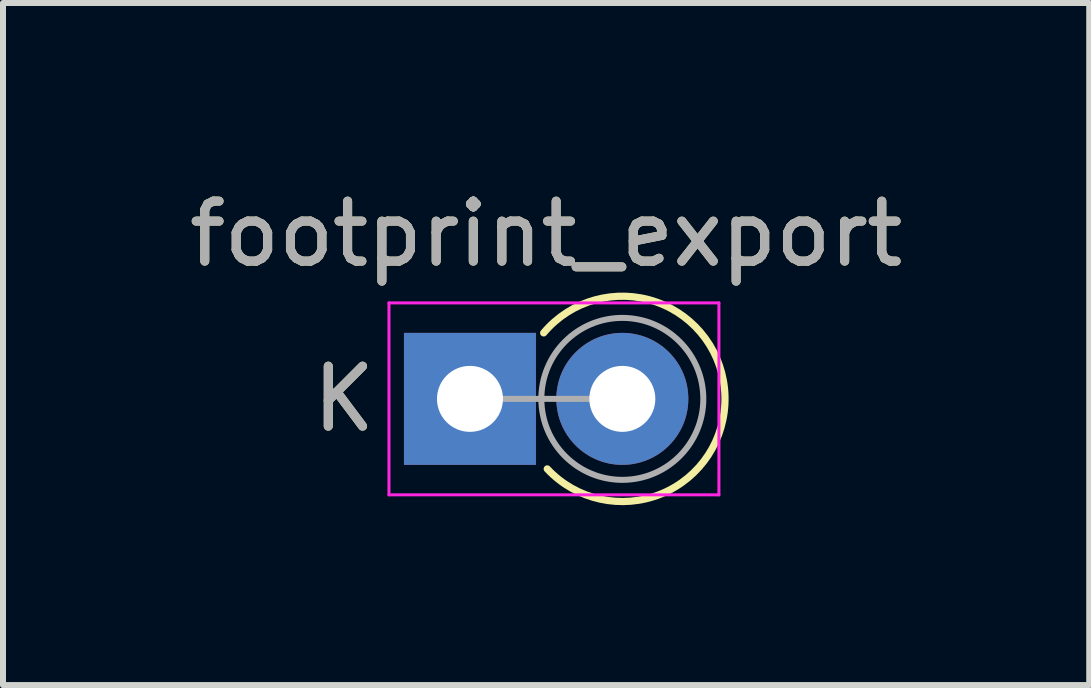
<source format=kicad_pcb>
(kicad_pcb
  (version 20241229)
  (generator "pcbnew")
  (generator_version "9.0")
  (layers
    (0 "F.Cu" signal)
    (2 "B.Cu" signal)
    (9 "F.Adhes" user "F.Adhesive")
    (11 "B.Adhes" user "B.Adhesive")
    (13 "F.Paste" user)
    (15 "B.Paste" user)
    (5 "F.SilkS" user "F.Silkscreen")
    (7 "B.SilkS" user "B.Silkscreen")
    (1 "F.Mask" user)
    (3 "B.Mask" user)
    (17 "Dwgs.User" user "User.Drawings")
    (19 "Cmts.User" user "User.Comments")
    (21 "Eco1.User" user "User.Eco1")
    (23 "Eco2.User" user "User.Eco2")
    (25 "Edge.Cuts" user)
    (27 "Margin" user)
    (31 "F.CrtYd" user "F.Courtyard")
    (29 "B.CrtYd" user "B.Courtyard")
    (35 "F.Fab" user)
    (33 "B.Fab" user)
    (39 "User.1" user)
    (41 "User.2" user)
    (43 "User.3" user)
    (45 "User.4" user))
  (footprint "footprint_export"
    (layer "F.Cu")
    (at 4.784 3.599)
    (property "Reference" "footprint_export" (at 1.27 -2.751 0) (layer "F.SilkS") (effects (font (size 1 1) (thickness 0.15))))
    (attr through_hole)
    (fp_arc (start 1.228847 -1.1) (mid 4.250877 -0.044974) (end 1.288449 1.167366) (stroke (width 0.12) (type solid)) (layer "F.SilkS"))
    (fp_line (start -1.35 -1.6) (end -1.35 1.6) (stroke (width 0.05) (type solid)) (layer "F.CrtYd"))
    (fp_line (start -1.35 1.6) (end 4.15 1.6) (stroke (width 0.05) (type solid)) (layer "F.CrtYd"))
    (fp_line (start 4.15 -1.6) (end -1.35 -1.6) (stroke (width 0.05) (type solid)) (layer "F.CrtYd"))
    (fp_line (start 4.15 1.6) (end 4.15 -1.6) (stroke (width 0.05) (type solid)) (layer "F.CrtYd"))
    (fp_line (start 0 0) (end 2.54 0) (stroke (width 0.1) (type solid)) (layer "F.Fab"))
    (fp_circle (center 2.54 0) (end 3.89 0) (stroke (width 0.1) (type solid)) (fill no) (layer "F.Fab"))
    (fp_text user "K" (at -2.1 0 0) (layer "F.SilkS") (effects (font (size 1 1) (thickness 0.15))))
    (fp_text user "K" (at -2.1 0 0) (layer "F.Fab") (effects (font (size 1 1) (thickness 0.15))))
    (fp_text user "${REFERENCE}" (at 1.27 -2.751 0) (layer "F.Fab") (effects (font (size 1 1) (thickness 0.15))))
    (pad "1" thru_hole rect (at 0 0) (size 2.2 2.2) (drill 1.1) (layers "*.Cu" "*.Mask"))
    (pad "2" thru_hole oval (at 2.54 0) (size 2.2 2.2) (drill 1.1) (layers "*.Cu" "*.Mask")))
  (gr_rect
    (start -3 -3)
    (end 15.107 8.37)
    (stroke (width 0.1) (type default))
    (fill no)
    (layer "Edge.Cuts")))
</source>
